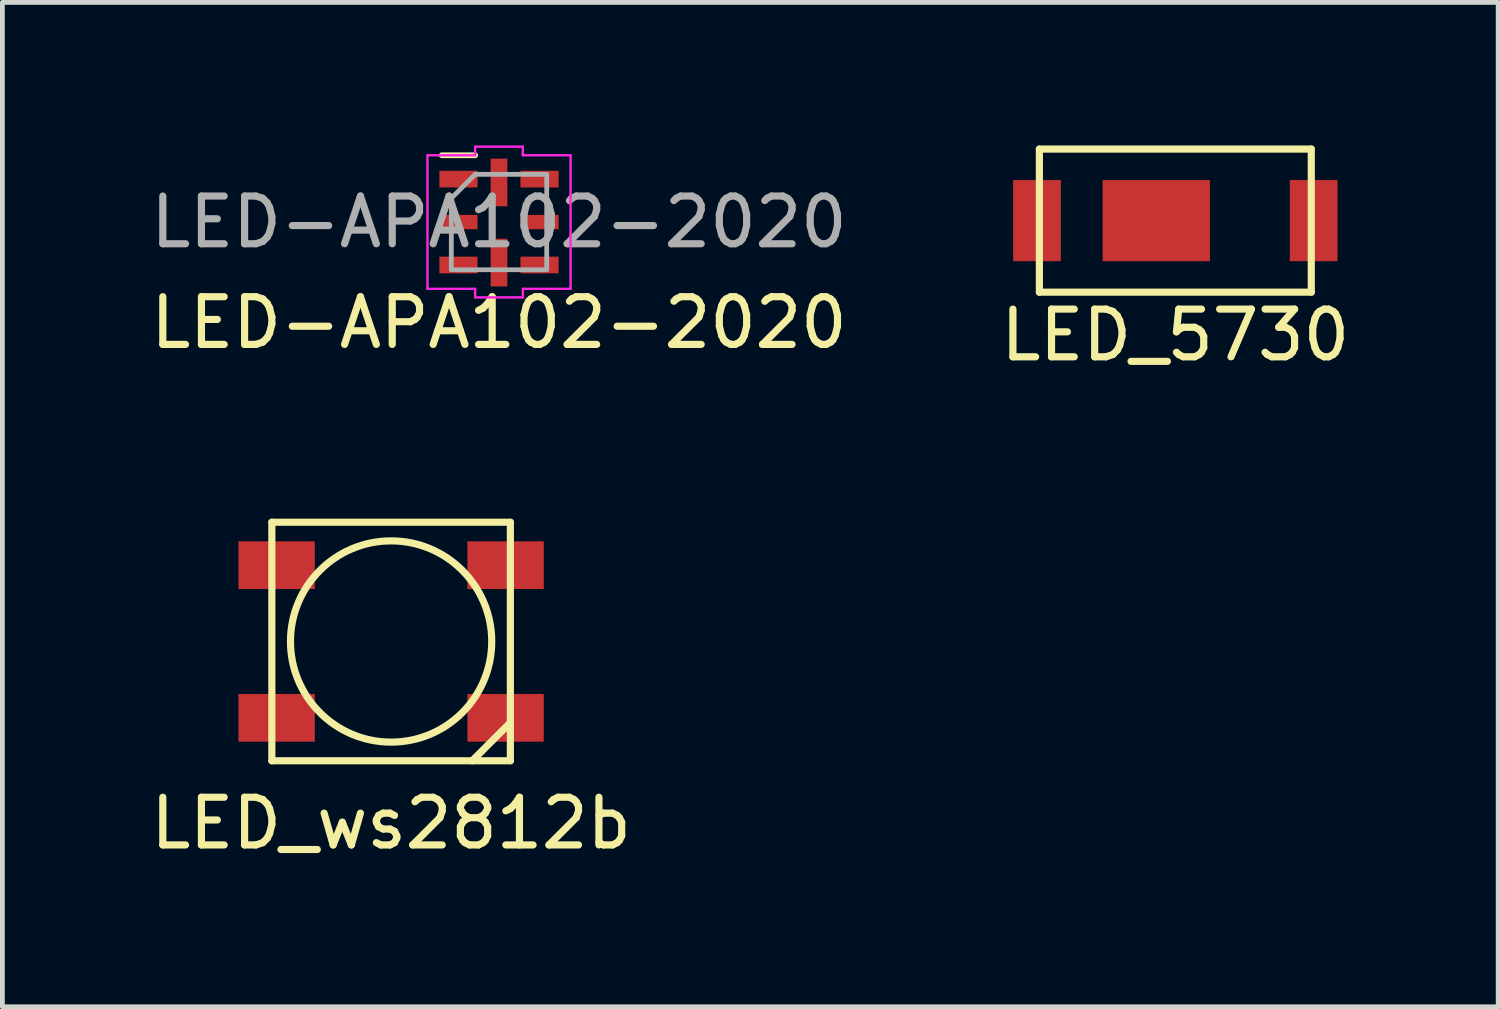
<source format=kicad_pcb>
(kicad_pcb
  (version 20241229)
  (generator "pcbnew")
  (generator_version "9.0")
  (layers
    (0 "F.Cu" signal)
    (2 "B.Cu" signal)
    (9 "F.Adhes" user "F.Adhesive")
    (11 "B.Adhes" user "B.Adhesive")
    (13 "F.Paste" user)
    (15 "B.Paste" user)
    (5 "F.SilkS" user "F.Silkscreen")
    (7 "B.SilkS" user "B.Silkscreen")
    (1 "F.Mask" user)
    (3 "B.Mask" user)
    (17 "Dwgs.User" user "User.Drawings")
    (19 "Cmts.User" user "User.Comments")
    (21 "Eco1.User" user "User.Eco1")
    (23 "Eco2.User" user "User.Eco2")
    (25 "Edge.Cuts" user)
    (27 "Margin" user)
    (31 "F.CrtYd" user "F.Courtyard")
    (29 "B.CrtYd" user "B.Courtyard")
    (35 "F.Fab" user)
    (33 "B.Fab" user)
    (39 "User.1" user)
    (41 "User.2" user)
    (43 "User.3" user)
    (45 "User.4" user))
  (footprint "LED_5730"
    (layer "F.Cu")
    (at 21.589 1.575)
    (property "Reference" "LED_5730" (at 0 2.4 180) (layer "F.SilkS") (effects (font (size 1 1) (thickness 0.15))))
    (attr through_hole)
    (fp_line (start -2.85 -1.5) (end -2.85 1.5) (stroke (width 0.15) (type solid)) (layer "F.SilkS"))
    (fp_line (start -2.85 1.5) (end 2.85 1.5) (stroke (width 0.15) (type solid)) (layer "F.SilkS"))
    (fp_line (start 2.85 -1.5) (end -2.85 -1.5) (stroke (width 0.15) (type solid)) (layer "F.SilkS"))
    (fp_line (start 2.85 1.5) (end 2.85 -1.5) (stroke (width 0.15) (type solid)) (layer "F.SilkS"))
    (pad "1" smd rect (at 2.9 0) (size 1 1.7) (layers "F.Cu" "F.Mask" "F.Paste"))
    (pad "2" smd rect (at -2.9 0) (size 1 1.7) (layers "F.Cu" "F.Mask" "F.Paste"))
    (pad "3" smd rect (at -0.4 0) (size 2.25 1.7) (layers "F.Cu" "F.Mask" "F.Paste")))
  (footprint "LED_ws2812b"
    (layer "F.Cu")
    (at 5.149 10.398)
    (property "Reference" "LED_ws2812b" (at 0 3.81 0) (layer "F.SilkS") (effects (font (size 1 1) (thickness 0.15))))
    (attr through_hole)
    (fp_line (start -2.5 -2.5) (end 2.5 -2.5) (stroke (width 0.15) (type solid)) (layer "F.SilkS"))
    (fp_line (start -2.5 2.5) (end -2.5 -2.5) (stroke (width 0.15) (type solid)) (layer "F.SilkS"))
    (fp_line (start 1.7 2.5) (end 2.5 1.7) (stroke (width 0.15) (type solid)) (layer "F.SilkS"))
    (fp_line (start 2.5 -2.5) (end 2.5 2.5) (stroke (width 0.15) (type solid)) (layer "F.SilkS"))
    (fp_line (start 2.5 2.5) (end -2.5 2.5) (stroke (width 0.15) (type solid)) (layer "F.SilkS"))
    (fp_circle (center 0 0) (end 1.1 -1.8) (stroke (width 0.15) (type solid)) (fill no) (layer "F.SilkS"))
    (pad "1" smd rect (at -2.4 -1.6) (size 1.6 1) (layers "F.Cu" "F.Mask" "F.Paste"))
    (pad "2" smd rect (at -2.4 1.6) (size 1.6 1) (layers "F.Cu" "F.Mask" "F.Paste"))
    (pad "3" smd rect (at 2.4 1.6) (size 1.6 1) (layers "F.Cu" "F.Mask" "F.Paste"))
    (pad "4" smd rect (at 2.4 -1.6) (size 1.6 1) (layers "F.Cu" "F.Mask" "F.Paste")))
  (footprint "LED-APA102-2020"
    (layer "F.Cu")
    (at 7.411 1.605)
    (property "Reference" "LED-APA102-2020" (at 0 2.11 0) (layer "F.SilkS") (effects (font (size 1 1) (thickness 0.15))))
    (attr smd)
    (fp_line (start -1.2 -1.4) (end -0.5 -1.4) (stroke (width 0.12) (type solid)) (layer "F.SilkS"))
    (fp_line (start -1.5 -1.4) (end -1.5 1.4) (stroke (width 0.05) (type solid)) (layer "F.CrtYd"))
    (fp_line (start -1.5 -1.4) (end -0.5 -1.4) (stroke (width 0.05) (type solid)) (layer "F.CrtYd"))
    (fp_line (start -0.5 -1.58) (end 0.5 -1.58) (stroke (width 0.05) (type solid)) (layer "F.CrtYd"))
    (fp_line (start -0.5 -1.4) (end -0.5 -1.58) (stroke (width 0.05) (type solid)) (layer "F.CrtYd"))
    (fp_line (start -0.5 1.4) (end -1.5 1.4) (stroke (width 0.05) (type solid)) (layer "F.CrtYd"))
    (fp_line (start -0.5 1.4) (end -0.5 1.58) (stroke (width 0.05) (type solid)) (layer "F.CrtYd"))
    (fp_line (start -0.5 1.58) (end 0.5 1.58) (stroke (width 0.05) (type solid)) (layer "F.CrtYd"))
    (fp_line (start 0.5 -1.58) (end 0.5 -1.4) (stroke (width 0.05) (type solid)) (layer "F.CrtYd"))
    (fp_line (start 0.5 -1.4) (end 1.5 -1.4) (stroke (width 0.05) (type solid)) (layer "F.CrtYd"))
    (fp_line (start 0.5 1.58) (end 0.5 1.4) (stroke (width 0.05) (type solid)) (layer "F.CrtYd"))
    (fp_line (start 1.5 -1.4) (end 1.5 1.4) (stroke (width 0.05) (type solid)) (layer "F.CrtYd"))
    (fp_line (start 1.5 1.4) (end 0.5 1.4) (stroke (width 0.05) (type solid)) (layer "F.CrtYd"))
    (fp_line (start -1 1) (end -1 -0.5) (stroke (width 0.1) (type solid)) (layer "F.Fab"))
    (fp_line (start -0.5 -1) (end -1 -0.5) (stroke (width 0.1) (type solid)) (layer "F.Fab"))
    (fp_line (start -0.5 -1) (end 1 -1) (stroke (width 0.1) (type solid)) (layer "F.Fab"))
    (fp_line (start 1 -1) (end 1 1) (stroke (width 0.1) (type solid)) (layer "F.Fab"))
    (fp_line (start 1 1) (end -1 1) (stroke (width 0.1) (type solid)) (layer "F.Fab"))
    (fp_text user "${REFERENCE}" (at 0 0 0) (layer "F.Fab") (effects (font (size 1 1) (thickness 0.15))))
    (pad "1" smd rect (at -0.85 -0.9) (size 0.8 0.35) (layers "F.Cu" "F.Mask" "F.Paste"))
    (pad "1" smd rect (at 0 -0.83 90) (size 1 0.35) (layers "F.Cu" "F.Mask" "F.Paste"))
    (pad "2" smd rect (at -0.85 0) (size 0.8 0.3) (layers "F.Cu" "F.Mask" "F.Paste"))
    (pad "3" smd rect (at -0.85 0.9) (size 0.8 0.35) (layers "F.Cu" "F.Mask" "F.Paste"))
    (pad "4" smd rect (at 0.85 0.9) (size 0.8 0.35) (layers "F.Cu" "F.Mask" "F.Paste"))
    (pad "5" smd rect (at 0.85 0) (size 0.8 0.3) (layers "F.Cu" "F.Mask" "F.Paste"))
    (pad "6" smd rect (at 0 0.85 90) (size 1 0.35) (layers "F.Cu" "F.Mask" "F.Paste"))
    (pad "6" smd rect (at 0.85 -0.9) (size 0.8 0.35) (layers "F.Cu" "F.Mask" "F.Paste")))
  (gr_rect
    (start -3 -3)
    (end 28.357 18.056)
    (stroke (width 0.1) (type default))
    (fill no)
    (layer "Edge.Cuts")))
</source>
